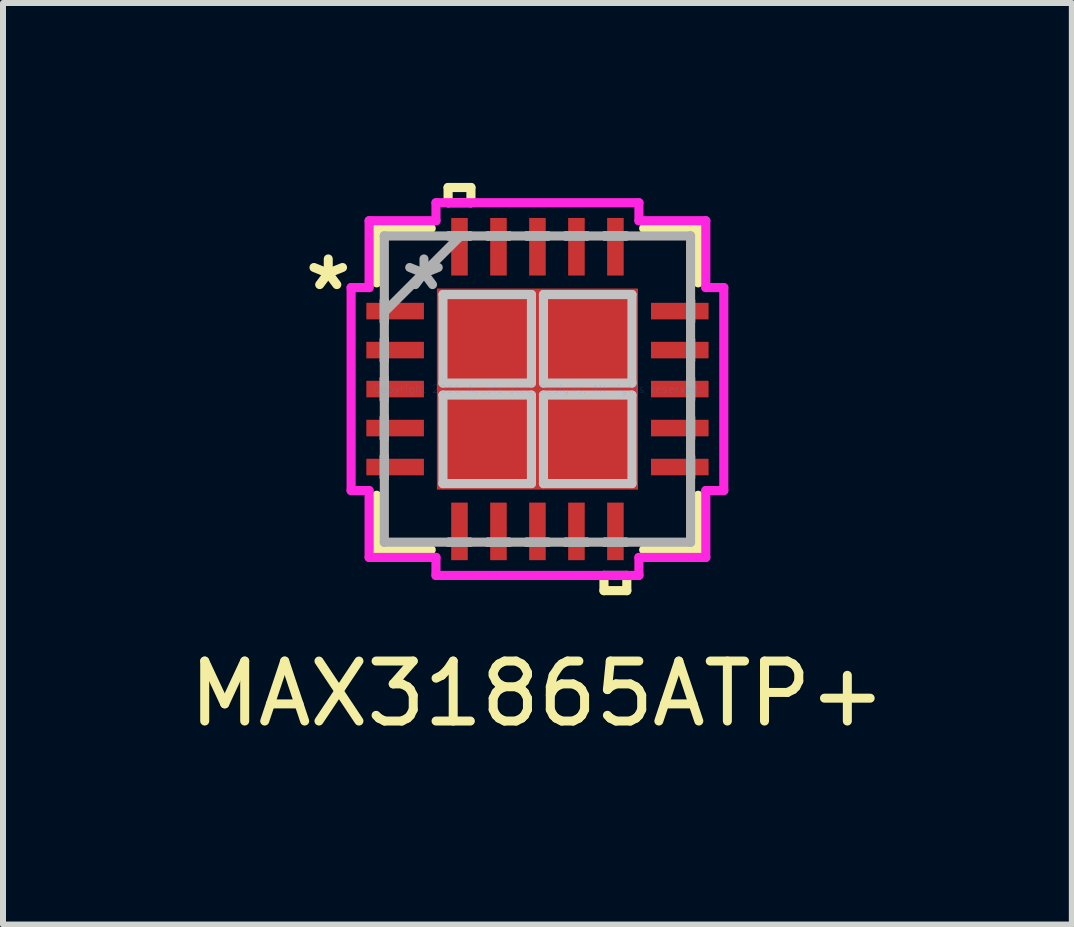
<source format=kicad_pcb>
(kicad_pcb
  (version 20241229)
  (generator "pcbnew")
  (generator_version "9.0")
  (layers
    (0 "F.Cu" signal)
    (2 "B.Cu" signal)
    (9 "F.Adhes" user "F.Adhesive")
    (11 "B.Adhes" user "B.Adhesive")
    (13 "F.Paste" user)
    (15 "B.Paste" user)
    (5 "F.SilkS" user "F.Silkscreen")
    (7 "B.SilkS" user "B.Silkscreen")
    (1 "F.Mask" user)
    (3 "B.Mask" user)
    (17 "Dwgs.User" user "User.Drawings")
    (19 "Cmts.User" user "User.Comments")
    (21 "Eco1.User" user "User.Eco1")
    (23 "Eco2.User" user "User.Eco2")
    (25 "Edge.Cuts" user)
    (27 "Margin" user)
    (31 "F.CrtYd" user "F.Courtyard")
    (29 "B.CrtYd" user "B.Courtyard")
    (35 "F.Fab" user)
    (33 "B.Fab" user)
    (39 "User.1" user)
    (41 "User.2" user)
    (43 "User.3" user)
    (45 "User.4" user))
  (footprint "MAX31865ATP+"
    (layer "F.Cu")
    (at 5.911 3.437)
    (property "Reference" "MAX31865ATP+" (at 0 5.08 0) (layer "F.SilkS") (effects (font (size 1 1) (thickness 0.15))))
    (attr through_hole)
    (fp_line (start -2.68 -2.68) (end -2.68 -1.771) (stroke (width 0.152) (type solid)) (layer "F.SilkS"))
    (fp_line (start -2.68 1.771) (end -2.68 2.68) (stroke (width 0.152) (type solid)) (layer "F.SilkS"))
    (fp_line (start -2.68 2.68) (end -1.771 2.68) (stroke (width 0.152) (type solid)) (layer "F.SilkS"))
    (fp_line (start -1.771 -2.68) (end -2.68 -2.68) (stroke (width 0.152) (type solid)) (layer "F.SilkS"))
    (fp_line (start -1.49 -3.361) (end -1.109 -3.361) (stroke (width 0.152) (type solid)) (layer "F.SilkS"))
    (fp_line (start -1.49 -3.107) (end -1.49 -3.361) (stroke (width 0.152) (type solid)) (layer "F.SilkS"))
    (fp_line (start -1.109 -3.361) (end -1.109 -3.107) (stroke (width 0.152) (type solid)) (layer "F.SilkS"))
    (fp_line (start -1.109 -3.107) (end -1.49 -3.107) (stroke (width 0.152) (type solid)) (layer "F.SilkS"))
    (fp_line (start 1.109 3.107) (end 1.109 3.361) (stroke (width 0.152) (type solid)) (layer "F.SilkS"))
    (fp_line (start 1.109 3.361) (end 1.49 3.361) (stroke (width 0.152) (type solid)) (layer "F.SilkS"))
    (fp_line (start 1.49 3.107) (end 1.109 3.107) (stroke (width 0.152) (type solid)) (layer "F.SilkS"))
    (fp_line (start 1.49 3.361) (end 1.49 3.107) (stroke (width 0.152) (type solid)) (layer "F.SilkS"))
    (fp_line (start 1.771 2.68) (end 2.68 2.68) (stroke (width 0.152) (type solid)) (layer "F.SilkS"))
    (fp_line (start 2.68 -2.68) (end 1.771 -2.68) (stroke (width 0.152) (type solid)) (layer "F.SilkS"))
    (fp_line (start 2.68 -1.771) (end 2.68 -2.68) (stroke (width 0.152) (type solid)) (layer "F.SilkS"))
    (fp_line (start 2.68 2.68) (end 2.68 1.771) (stroke (width 0.152) (type solid)) (layer "F.SilkS"))
    (fp_line (start -1.576 -1.576) (end -1.576 -0.1) (stroke (width 0.152) (type solid)) (layer "Dwgs.User"))
    (fp_line (start -1.576 -0.1) (end -0.1 -0.1) (stroke (width 0.152) (type solid)) (layer "Dwgs.User"))
    (fp_line (start -1.576 0.1) (end -1.576 1.576) (stroke (width 0.152) (type solid)) (layer "Dwgs.User"))
    (fp_line (start -1.576 1.576) (end -0.1 1.576) (stroke (width 0.152) (type solid)) (layer "Dwgs.User"))
    (fp_line (start -0.1 -1.576) (end -1.576 -1.576) (stroke (width 0.152) (type solid)) (layer "Dwgs.User"))
    (fp_line (start -0.1 -0.1) (end -0.1 -1.576) (stroke (width 0.152) (type solid)) (layer "Dwgs.User"))
    (fp_line (start -0.1 0.1) (end -1.576 0.1) (stroke (width 0.152) (type solid)) (layer "Dwgs.User"))
    (fp_line (start -0.1 1.576) (end -0.1 0.1) (stroke (width 0.152) (type solid)) (layer "Dwgs.User"))
    (fp_line (start 0.1 -1.576) (end 0.1 -0.1) (stroke (width 0.152) (type solid)) (layer "Dwgs.User"))
    (fp_line (start 0.1 -0.1) (end 1.576 -0.1) (stroke (width 0.152) (type solid)) (layer "Dwgs.User"))
    (fp_line (start 0.1 0.1) (end 0.1 1.576) (stroke (width 0.152) (type solid)) (layer "Dwgs.User"))
    (fp_line (start 0.1 1.576) (end 1.576 1.576) (stroke (width 0.152) (type solid)) (layer "Dwgs.User"))
    (fp_line (start 1.576 -1.576) (end 0.1 -1.576) (stroke (width 0.152) (type solid)) (layer "Dwgs.User"))
    (fp_line (start 1.576 -0.1) (end 1.576 -1.576) (stroke (width 0.152) (type solid)) (layer "Dwgs.User"))
    (fp_line (start 1.576 0.1) (end 0.1 0.1) (stroke (width 0.152) (type solid)) (layer "Dwgs.User"))
    (fp_line (start 1.576 1.576) (end 1.576 0.1) (stroke (width 0.152) (type solid)) (layer "Dwgs.User"))
    (fp_line (start -3.107 -1.692) (end -2.807 -1.692) (stroke (width 0.152) (type solid)) (layer "F.CrtYd"))
    (fp_line (start -3.107 1.692) (end -3.107 -1.692) (stroke (width 0.152) (type solid)) (layer "F.CrtYd"))
    (fp_line (start -2.807 -2.807) (end -1.692 -2.807) (stroke (width 0.152) (type solid)) (layer "F.CrtYd"))
    (fp_line (start -2.807 -1.692) (end -2.807 -2.807) (stroke (width 0.152) (type solid)) (layer "F.CrtYd"))
    (fp_line (start -2.807 1.692) (end -3.107 1.692) (stroke (width 0.152) (type solid)) (layer "F.CrtYd"))
    (fp_line (start -2.807 2.807) (end -2.807 1.692) (stroke (width 0.152) (type solid)) (layer "F.CrtYd"))
    (fp_line (start -1.692 -3.107) (end 1.692 -3.107) (stroke (width 0.152) (type solid)) (layer "F.CrtYd"))
    (fp_line (start -1.692 -2.807) (end -1.692 -3.107) (stroke (width 0.152) (type solid)) (layer "F.CrtYd"))
    (fp_line (start -1.692 2.807) (end -2.807 2.807) (stroke (width 0.152) (type solid)) (layer "F.CrtYd"))
    (fp_line (start -1.692 3.107) (end -1.692 2.807) (stroke (width 0.152) (type solid)) (layer "F.CrtYd"))
    (fp_line (start 1.692 -3.107) (end 1.692 -2.807) (stroke (width 0.152) (type solid)) (layer "F.CrtYd"))
    (fp_line (start 1.692 -2.807) (end 2.807 -2.807) (stroke (width 0.152) (type solid)) (layer "F.CrtYd"))
    (fp_line (start 1.692 2.807) (end 1.692 3.107) (stroke (width 0.152) (type solid)) (layer "F.CrtYd"))
    (fp_line (start 1.692 3.107) (end -1.692 3.107) (stroke (width 0.152) (type solid)) (layer "F.CrtYd"))
    (fp_line (start 2.807 -2.807) (end 2.807 -1.692) (stroke (width 0.152) (type solid)) (layer "F.CrtYd"))
    (fp_line (start 2.807 -1.692) (end 3.107 -1.692) (stroke (width 0.152) (type solid)) (layer "F.CrtYd"))
    (fp_line (start 2.807 1.692) (end 2.807 2.807) (stroke (width 0.152) (type solid)) (layer "F.CrtYd"))
    (fp_line (start 2.807 2.807) (end 1.692 2.807) (stroke (width 0.152) (type solid)) (layer "F.CrtYd"))
    (fp_line (start 3.107 -1.692) (end 3.107 1.692) (stroke (width 0.152) (type solid)) (layer "F.CrtYd"))
    (fp_line (start 3.107 1.692) (end 2.807 1.692) (stroke (width 0.152) (type solid)) (layer "F.CrtYd"))
    (fp_line (start -2.553 -2.553) (end -2.553 -2.553) (stroke (width 0.152) (type solid)) (layer "F.Fab"))
    (fp_line (start -2.553 -2.553) (end -2.553 2.553) (stroke (width 0.152) (type solid)) (layer "F.Fab"))
    (fp_line (start -2.553 -1.478) (end -2.553 -1.478) (stroke (width 0.152) (type solid)) (layer "F.Fab"))
    (fp_line (start -2.553 -1.478) (end -2.553 -1.122) (stroke (width 0.152) (type solid)) (layer "F.Fab"))
    (fp_line (start -2.553 -1.283) (end -1.283 -2.553) (stroke (width 0.152) (type solid)) (layer "F.Fab"))
    (fp_line (start -2.553 -1.122) (end -2.553 -1.478) (stroke (width 0.152) (type solid)) (layer "F.Fab"))
    (fp_line (start -2.553 -1.122) (end -2.553 -1.122) (stroke (width 0.152) (type solid)) (layer "F.Fab"))
    (fp_line (start -2.553 -0.828) (end -2.553 -0.828) (stroke (width 0.152) (type solid)) (layer "F.Fab"))
    (fp_line (start -2.553 -0.828) (end -2.553 -0.472) (stroke (width 0.152) (type solid)) (layer "F.Fab"))
    (fp_line (start -2.553 -0.472) (end -2.553 -0.828) (stroke (width 0.152) (type solid)) (layer "F.Fab"))
    (fp_line (start -2.553 -0.472) (end -2.553 -0.472) (stroke (width 0.152) (type solid)) (layer "F.Fab"))
    (fp_line (start -2.553 -0.178) (end -2.553 -0.178) (stroke (width 0.152) (type solid)) (layer "F.Fab"))
    (fp_line (start -2.553 -0.178) (end -2.553 0.178) (stroke (width 0.152) (type solid)) (layer "F.Fab"))
    (fp_line (start -2.553 0.178) (end -2.553 -0.178) (stroke (width 0.152) (type solid)) (layer "F.Fab"))
    (fp_line (start -2.553 0.178) (end -2.553 0.178) (stroke (width 0.152) (type solid)) (layer "F.Fab"))
    (fp_line (start -2.553 0.472) (end -2.553 0.472) (stroke (width 0.152) (type solid)) (layer "F.Fab"))
    (fp_line (start -2.553 0.472) (end -2.553 0.828) (stroke (width 0.152) (type solid)) (layer "F.Fab"))
    (fp_line (start -2.553 0.828) (end -2.553 0.472) (stroke (width 0.152) (type solid)) (layer "F.Fab"))
    (fp_line (start -2.553 0.828) (end -2.553 0.828) (stroke (width 0.152) (type solid)) (layer "F.Fab"))
    (fp_line (start -2.553 1.122) (end -2.553 1.122) (stroke (width 0.152) (type solid)) (layer "F.Fab"))
    (fp_line (start -2.553 1.122) (end -2.553 1.478) (stroke (width 0.152) (type solid)) (layer "F.Fab"))
    (fp_line (start -2.553 1.478) (end -2.553 1.122) (stroke (width 0.152) (type solid)) (layer "F.Fab"))
    (fp_line (start -2.553 1.478) (end -2.553 1.478) (stroke (width 0.152) (type solid)) (layer "F.Fab"))
    (fp_line (start -2.553 2.553) (end -2.553 2.553) (stroke (width 0.152) (type solid)) (layer "F.Fab"))
    (fp_line (start -2.553 2.553) (end 2.553 2.553) (stroke (width 0.152) (type solid)) (layer "F.Fab"))
    (fp_line (start -1.478 -2.553) (end -1.478 -2.553) (stroke (width 0.152) (type solid)) (layer "F.Fab"))
    (fp_line (start -1.478 -2.553) (end -1.122 -2.553) (stroke (width 0.152) (type solid)) (layer "F.Fab"))
    (fp_line (start -1.478 2.553) (end -1.478 2.553) (stroke (width 0.152) (type solid)) (layer "F.Fab"))
    (fp_line (start -1.478 2.553) (end -1.122 2.553) (stroke (width 0.152) (type solid)) (layer "F.Fab"))
    (fp_line (start -1.122 -2.553) (end -1.478 -2.553) (stroke (width 0.152) (type solid)) (layer "F.Fab"))
    (fp_line (start -1.122 -2.553) (end -1.122 -2.553) (stroke (width 0.152) (type solid)) (layer "F.Fab"))
    (fp_line (start -1.122 2.553) (end -1.478 2.553) (stroke (width 0.152) (type solid)) (layer "F.Fab"))
    (fp_line (start -1.122 2.553) (end -1.122 2.553) (stroke (width 0.152) (type solid)) (layer "F.Fab"))
    (fp_line (start -0.828 -2.553) (end -0.828 -2.553) (stroke (width 0.152) (type solid)) (layer "F.Fab"))
    (fp_line (start -0.828 -2.553) (end -0.472 -2.553) (stroke (width 0.152) (type solid)) (layer "F.Fab"))
    (fp_line (start -0.828 2.553) (end -0.828 2.553) (stroke (width 0.152) (type solid)) (layer "F.Fab"))
    (fp_line (start -0.828 2.553) (end -0.472 2.553) (stroke (width 0.152) (type solid)) (layer "F.Fab"))
    (fp_line (start -0.472 -2.553) (end -0.828 -2.553) (stroke (width 0.152) (type solid)) (layer "F.Fab"))
    (fp_line (start -0.472 -2.553) (end -0.472 -2.553) (stroke (width 0.152) (type solid)) (layer "F.Fab"))
    (fp_line (start -0.472 2.553) (end -0.828 2.553) (stroke (width 0.152) (type solid)) (layer "F.Fab"))
    (fp_line (start -0.472 2.553) (end -0.472 2.553) (stroke (width 0.152) (type solid)) (layer "F.Fab"))
    (fp_line (start -0.178 -2.553) (end -0.178 -2.553) (stroke (width 0.152) (type solid)) (layer "F.Fab"))
    (fp_line (start -0.178 -2.553) (end 0.178 -2.553) (stroke (width 0.152) (type solid)) (layer "F.Fab"))
    (fp_line (start -0.178 2.553) (end -0.178 2.553) (stroke (width 0.152) (type solid)) (layer "F.Fab"))
    (fp_line (start -0.178 2.553) (end 0.178 2.553) (stroke (width 0.152) (type solid)) (layer "F.Fab"))
    (fp_line (start 0.178 -2.553) (end -0.178 -2.553) (stroke (width 0.152) (type solid)) (layer "F.Fab"))
    (fp_line (start 0.178 -2.553) (end 0.178 -2.553) (stroke (width 0.152) (type solid)) (layer "F.Fab"))
    (fp_line (start 0.178 2.553) (end -0.178 2.553) (stroke (width 0.152) (type solid)) (layer "F.Fab"))
    (fp_line (start 0.178 2.553) (end 0.178 2.553) (stroke (width 0.152) (type solid)) (layer "F.Fab"))
    (fp_line (start 0.472 -2.553) (end 0.472 -2.553) (stroke (width 0.152) (type solid)) (layer "F.Fab"))
    (fp_line (start 0.472 -2.553) (end 0.828 -2.553) (stroke (width 0.152) (type solid)) (layer "F.Fab"))
    (fp_line (start 0.472 2.553) (end 0.472 2.553) (stroke (width 0.152) (type solid)) (layer "F.Fab"))
    (fp_line (start 0.472 2.553) (end 0.828 2.553) (stroke (width 0.152) (type solid)) (layer "F.Fab"))
    (fp_line (start 0.828 -2.553) (end 0.472 -2.553) (stroke (width 0.152) (type solid)) (layer "F.Fab"))
    (fp_line (start 0.828 -2.553) (end 0.828 -2.553) (stroke (width 0.152) (type solid)) (layer "F.Fab"))
    (fp_line (start 0.828 2.553) (end 0.472 2.553) (stroke (width 0.152) (type solid)) (layer "F.Fab"))
    (fp_line (start 0.828 2.553) (end 0.828 2.553) (stroke (width 0.152) (type solid)) (layer "F.Fab"))
    (fp_line (start 1.122 -2.553) (end 1.122 -2.553) (stroke (width 0.152) (type solid)) (layer "F.Fab"))
    (fp_line (start 1.122 -2.553) (end 1.478 -2.553) (stroke (width 0.152) (type solid)) (layer "F.Fab"))
    (fp_line (start 1.122 2.553) (end 1.122 2.553) (stroke (width 0.152) (type solid)) (layer "F.Fab"))
    (fp_line (start 1.122 2.553) (end 1.478 2.553) (stroke (width 0.152) (type solid)) (layer "F.Fab"))
    (fp_line (start 1.478 -2.553) (end 1.122 -2.553) (stroke (width 0.152) (type solid)) (layer "F.Fab"))
    (fp_line (start 1.478 -2.553) (end 1.478 -2.553) (stroke (width 0.152) (type solid)) (layer "F.Fab"))
    (fp_line (start 1.478 2.553) (end 1.122 2.553) (stroke (width 0.152) (type solid)) (layer "F.Fab"))
    (fp_line (start 1.478 2.553) (end 1.478 2.553) (stroke (width 0.152) (type solid)) (layer "F.Fab"))
    (fp_line (start 2.553 -2.553) (end -2.553 -2.553) (stroke (width 0.152) (type solid)) (layer "F.Fab"))
    (fp_line (start 2.553 -2.553) (end 2.553 -2.553) (stroke (width 0.152) (type solid)) (layer "F.Fab"))
    (fp_line (start 2.553 -1.478) (end 2.553 -1.478) (stroke (width 0.152) (type solid)) (layer "F.Fab"))
    (fp_line (start 2.553 -1.478) (end 2.553 -1.122) (stroke (width 0.152) (type solid)) (layer "F.Fab"))
    (fp_line (start 2.553 -1.122) (end 2.553 -1.478) (stroke (width 0.152) (type solid)) (layer "F.Fab"))
    (fp_line (start 2.553 -1.122) (end 2.553 -1.122) (stroke (width 0.152) (type solid)) (layer "F.Fab"))
    (fp_line (start 2.553 -0.828) (end 2.553 -0.828) (stroke (width 0.152) (type solid)) (layer "F.Fab"))
    (fp_line (start 2.553 -0.828) (end 2.553 -0.472) (stroke (width 0.152) (type solid)) (layer "F.Fab"))
    (fp_line (start 2.553 -0.472) (end 2.553 -0.828) (stroke (width 0.152) (type solid)) (layer "F.Fab"))
    (fp_line (start 2.553 -0.472) (end 2.553 -0.472) (stroke (width 0.152) (type solid)) (layer "F.Fab"))
    (fp_line (start 2.553 -0.178) (end 2.553 -0.178) (stroke (width 0.152) (type solid)) (layer "F.Fab"))
    (fp_line (start 2.553 -0.178) (end 2.553 0.178) (stroke (width 0.152) (type solid)) (layer "F.Fab"))
    (fp_line (start 2.553 0.178) (end 2.553 -0.178) (stroke (width 0.152) (type solid)) (layer "F.Fab"))
    (fp_line (start 2.553 0.178) (end 2.553 0.178) (stroke (width 0.152) (type solid)) (layer "F.Fab"))
    (fp_line (start 2.553 0.472) (end 2.553 0.472) (stroke (width 0.152) (type solid)) (layer "F.Fab"))
    (fp_line (start 2.553 0.472) (end 2.553 0.828) (stroke (width 0.152) (type solid)) (layer "F.Fab"))
    (fp_line (start 2.553 0.828) (end 2.553 0.472) (stroke (width 0.152) (type solid)) (layer "F.Fab"))
    (fp_line (start 2.553 0.828) (end 2.553 0.828) (stroke (width 0.152) (type solid)) (layer "F.Fab"))
    (fp_line (start 2.553 1.122) (end 2.553 1.122) (stroke (width 0.152) (type solid)) (layer "F.Fab"))
    (fp_line (start 2.553 1.122) (end 2.553 1.478) (stroke (width 0.152) (type solid)) (layer "F.Fab"))
    (fp_line (start 2.553 1.478) (end 2.553 1.122) (stroke (width 0.152) (type solid)) (layer "F.Fab"))
    (fp_line (start 2.553 1.478) (end 2.553 1.478) (stroke (width 0.152) (type solid)) (layer "F.Fab"))
    (fp_line (start 2.553 2.553) (end 2.553 -2.553) (stroke (width 0.152) (type solid)) (layer "F.Fab"))
    (fp_line (start 2.553 2.553) (end 2.553 2.553) (stroke (width 0.152) (type solid)) (layer "F.Fab"))
    (fp_text user "*" (at -3.488 -1.625 0) (layer "F.SilkS") (effects (font (size 1 1) (thickness 0.15))))
    (fp_text user "Copyright 2016 Accelerated Designs. All rights reserved." (at 0 0 0) (layer "Cmts.User") (effects (font (size 0.127 0.127) (thickness 0.002))))
    (fp_text user "*" (at -1.892 -1.625 0) (layer "F.Fab") (effects (font (size 1 1) (thickness 0.15))))
    (pad "1" smd rect (at -2.373 -1.3 90) (size 0.276 0.96) (layers "F.Cu" "F.Mask" "F.Paste"))
    (pad "2" smd rect (at -2.373 -0.65 90) (size 0.276 0.96) (layers "F.Cu" "F.Mask" "F.Paste"))
    (pad "3" smd rect (at -2.373 0 90) (size 0.276 0.96) (layers "F.Cu" "F.Mask" "F.Paste"))
    (pad "4" smd rect (at -2.373 0.65 90) (size 0.276 0.96) (layers "F.Cu" "F.Mask" "F.Paste"))
    (pad "5" smd rect (at -2.373 1.3 90) (size 0.276 0.96) (layers "F.Cu" "F.Mask" "F.Paste"))
    (pad "6" smd rect (at -1.3 2.373) (size 0.276 0.96) (layers "F.Cu" "F.Mask" "F.Paste"))
    (pad "7" smd rect (at -0.65 2.373) (size 0.276 0.96) (layers "F.Cu" "F.Mask" "F.Paste"))
    (pad "8" smd rect (at 0 2.373) (size 0.276 0.96) (layers "F.Cu" "F.Mask" "F.Paste"))
    (pad "9" smd rect (at 0.65 2.373) (size 0.276 0.96) (layers "F.Cu" "F.Mask" "F.Paste"))
    (pad "10" smd rect (at 1.3 2.373) (size 0.276 0.96) (layers "F.Cu" "F.Mask" "F.Paste"))
    (pad "11" smd rect (at 2.373 1.3 90) (size 0.276 0.96) (layers "F.Cu" "F.Mask" "F.Paste"))
    (pad "12" smd rect (at 2.373 0.65 90) (size 0.276 0.96) (layers "F.Cu" "F.Mask" "F.Paste"))
    (pad "13" smd rect (at 2.373 0 90) (size 0.276 0.96) (layers "F.Cu" "F.Mask" "F.Paste"))
    (pad "14" smd rect (at 2.373 -0.65 90) (size 0.276 0.96) (layers "F.Cu" "F.Mask" "F.Paste"))
    (pad "15" smd rect (at 2.373 -1.3 90) (size 0.276 0.96) (layers "F.Cu" "F.Mask" "F.Paste"))
    (pad "16" smd rect (at 1.3 -2.373) (size 0.276 0.96) (layers "F.Cu" "F.Mask" "F.Paste"))
    (pad "17" smd rect (at 0.65 -2.373) (size 0.276 0.96) (layers "F.Cu" "F.Mask" "F.Paste"))
    (pad "18" smd rect (at 0 -2.373) (size 0.276 0.96) (layers "F.Cu" "F.Mask" "F.Paste"))
    (pad "19" smd rect (at -0.65 -2.373) (size 0.276 0.96) (layers "F.Cu" "F.Mask" "F.Paste"))
    (pad "20" smd rect (at -1.3 -2.373) (size 0.276 0.96) (layers "F.Cu" "F.Mask" "F.Paste"))
    (pad "21" smd rect (at 0 0) (size 3.353 3.353) (layers "F.Cu" "F.Mask" "F.Paste")))
  (gr_rect
    (start -3 -3)
    (end 14.821 12.365)
    (stroke (width 0.1) (type default))
    (fill no)
    (layer "Edge.Cuts")))
</source>
